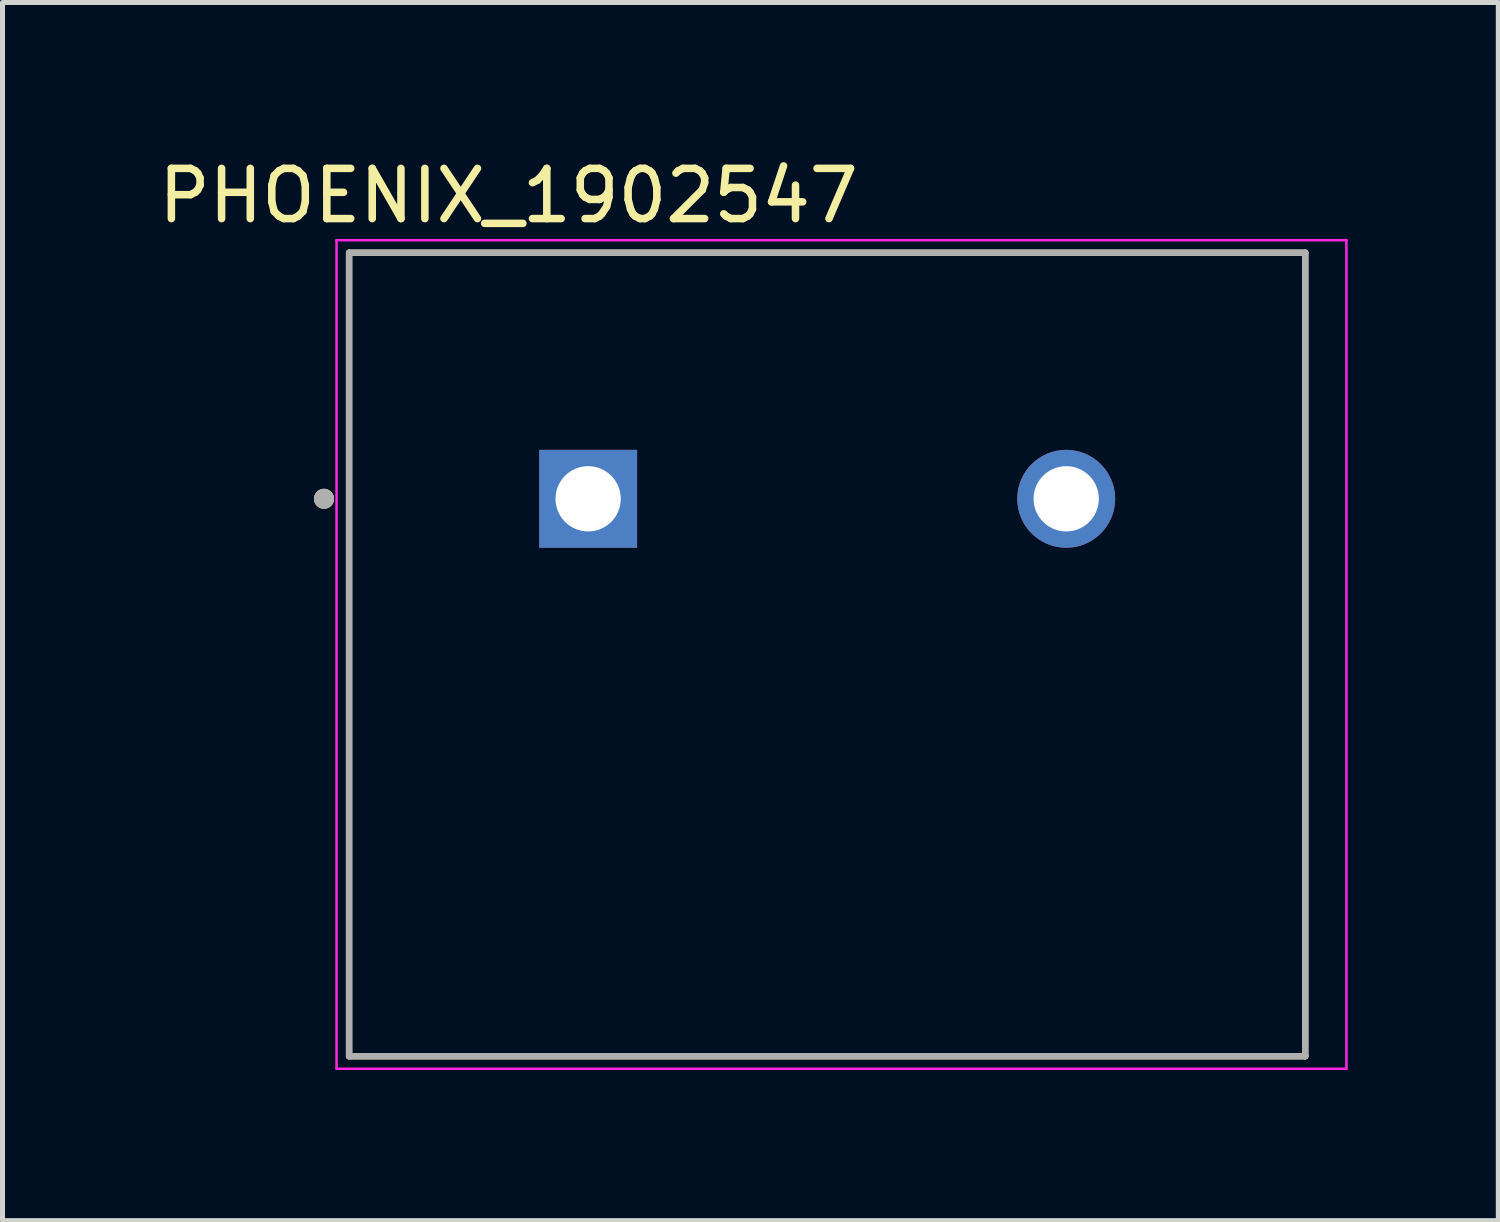
<source format=kicad_pcb>
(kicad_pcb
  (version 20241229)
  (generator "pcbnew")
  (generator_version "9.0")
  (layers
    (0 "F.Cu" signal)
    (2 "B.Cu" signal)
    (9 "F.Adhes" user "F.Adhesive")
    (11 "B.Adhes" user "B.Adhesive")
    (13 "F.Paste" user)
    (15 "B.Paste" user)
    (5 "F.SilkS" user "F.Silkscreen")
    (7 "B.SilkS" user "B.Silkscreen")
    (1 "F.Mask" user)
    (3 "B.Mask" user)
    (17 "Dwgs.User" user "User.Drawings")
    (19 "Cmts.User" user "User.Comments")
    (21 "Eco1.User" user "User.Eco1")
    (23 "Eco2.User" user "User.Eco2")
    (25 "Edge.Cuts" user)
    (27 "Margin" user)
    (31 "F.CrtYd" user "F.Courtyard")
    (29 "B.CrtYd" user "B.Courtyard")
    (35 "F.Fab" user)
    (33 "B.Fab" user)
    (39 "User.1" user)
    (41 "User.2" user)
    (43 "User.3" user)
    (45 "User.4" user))
  (footprint "PHOENIX_1902547"
    (layer "F.Cu")
    (at 3.902 17.983)
    (property "Reference" "PHOENIX_1902547" (at 3.175 -17.135 0) (layer "F.SilkS") (effects (font (size 1 1) (thickness 0.15))))
    (attr through_hole)
    (fp_line (start 0 -16) (end 0 0) (stroke (width 0.127) (type solid)) (layer "F.SilkS"))
    (fp_line (start 0 0) (end 19.04 0) (stroke (width 0.127) (type solid)) (layer "F.SilkS"))
    (fp_line (start 19.04 -16) (end 0 -16) (stroke (width 0.127) (type solid)) (layer "F.SilkS"))
    (fp_line (start 19.04 0) (end 19.04 -16) (stroke (width 0.127) (type solid)) (layer "F.SilkS"))
    (fp_circle (center -0.5 -11.1) (end -0.4 -11.1) (stroke (width 0.2) (type solid)) (fill no) (layer "F.SilkS"))
    (fp_line (start -0.25 -16.25) (end 19.86 -16.25) (stroke (width 0.05) (type solid)) (layer "F.CrtYd"))
    (fp_line (start -0.25 0.25) (end -0.25 -16.25) (stroke (width 0.05) (type solid)) (layer "F.CrtYd"))
    (fp_line (start 19.86 -16.25) (end 19.86 0.25) (stroke (width 0.05) (type solid)) (layer "F.CrtYd"))
    (fp_line (start 19.86 0.25) (end -0.25 0.25) (stroke (width 0.05) (type solid)) (layer "F.CrtYd"))
    (fp_line (start 0 -16) (end 0 0) (stroke (width 0.127) (type solid)) (layer "F.Fab"))
    (fp_line (start 0 0) (end 19.04 0) (stroke (width 0.127) (type solid)) (layer "F.Fab"))
    (fp_line (start 19.04 -16) (end 0 -16) (stroke (width 0.127) (type solid)) (layer "F.Fab"))
    (fp_line (start 19.04 0) (end 19.04 -16) (stroke (width 0.127) (type solid)) (layer "F.Fab"))
    (fp_circle (center -0.5 -11.1) (end -0.4 -11.1) (stroke (width 0.2) (type solid)) (fill no) (layer "F.Fab"))
    (pad "1" thru_hole rect (at 4.76 -11.1) (size 1.95 1.95) (drill 1.3) (layers "*.Cu" "*.Mask"))
    (pad "2" thru_hole circle (at 14.28 -11.1) (size 1.95 1.95) (drill 1.3) (layers "*.Cu" "*.Mask")))
  (gr_rect
    (start -3 -3)
    (end 26.787 21.258)
    (stroke (width 0.1) (type default))
    (fill no)
    (layer "Edge.Cuts")))
</source>
